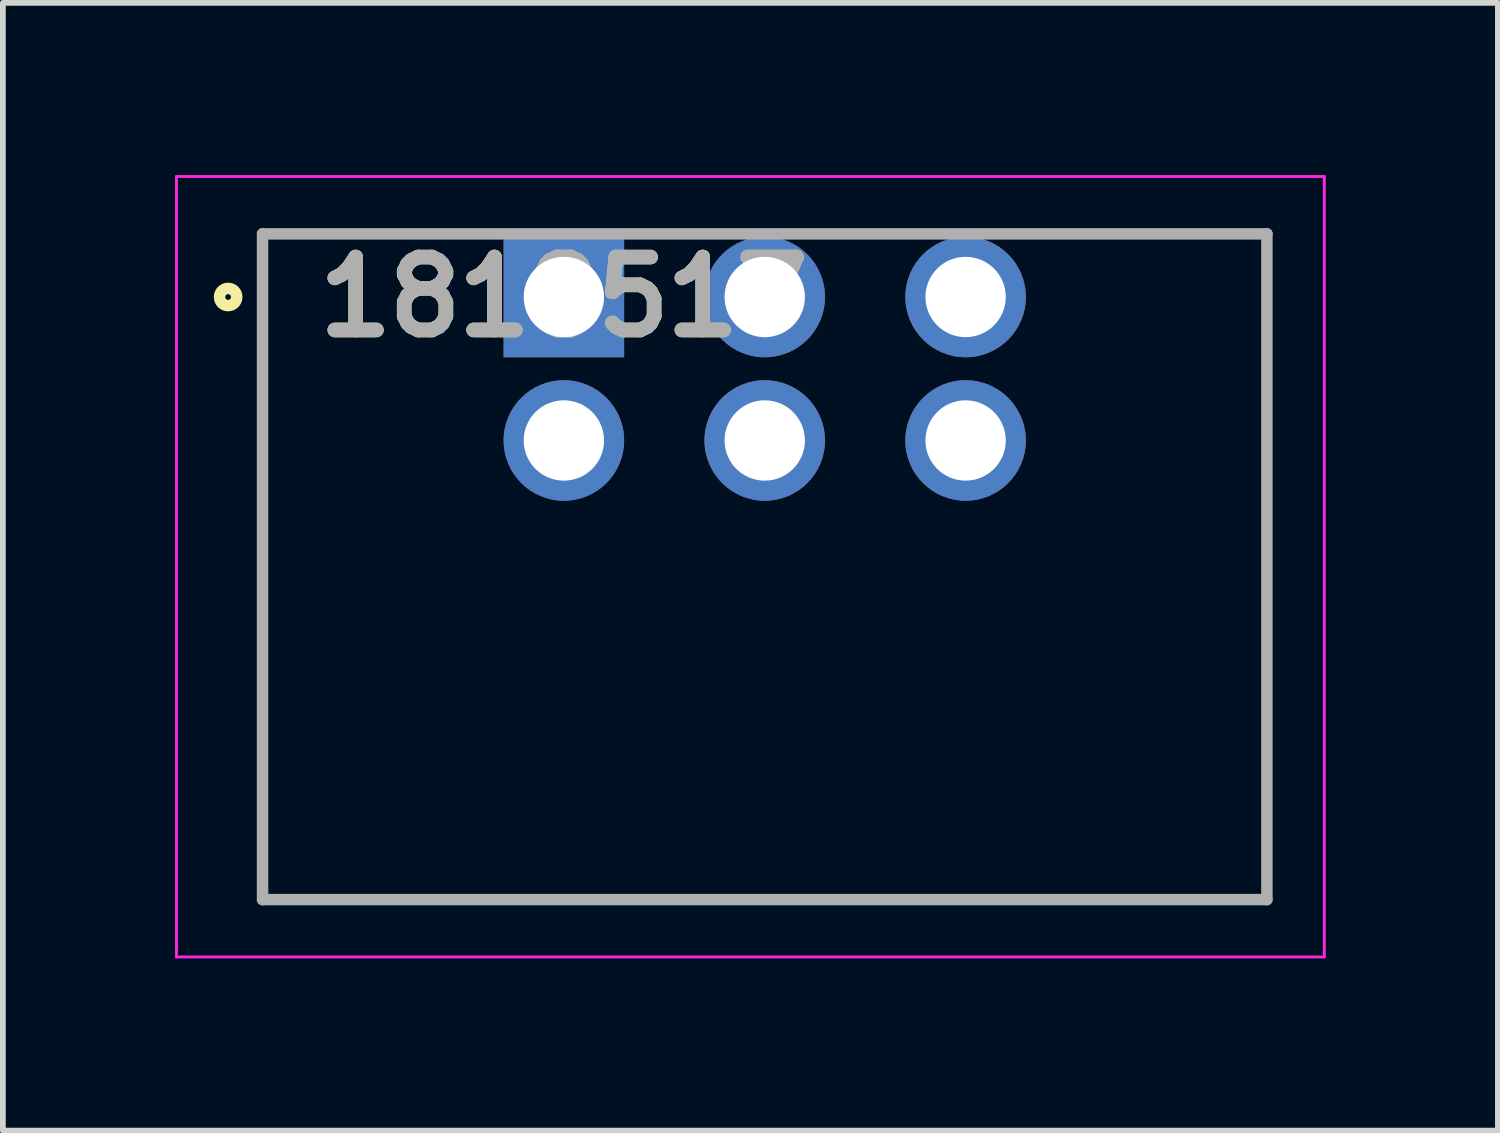
<source format=kicad_pcb>
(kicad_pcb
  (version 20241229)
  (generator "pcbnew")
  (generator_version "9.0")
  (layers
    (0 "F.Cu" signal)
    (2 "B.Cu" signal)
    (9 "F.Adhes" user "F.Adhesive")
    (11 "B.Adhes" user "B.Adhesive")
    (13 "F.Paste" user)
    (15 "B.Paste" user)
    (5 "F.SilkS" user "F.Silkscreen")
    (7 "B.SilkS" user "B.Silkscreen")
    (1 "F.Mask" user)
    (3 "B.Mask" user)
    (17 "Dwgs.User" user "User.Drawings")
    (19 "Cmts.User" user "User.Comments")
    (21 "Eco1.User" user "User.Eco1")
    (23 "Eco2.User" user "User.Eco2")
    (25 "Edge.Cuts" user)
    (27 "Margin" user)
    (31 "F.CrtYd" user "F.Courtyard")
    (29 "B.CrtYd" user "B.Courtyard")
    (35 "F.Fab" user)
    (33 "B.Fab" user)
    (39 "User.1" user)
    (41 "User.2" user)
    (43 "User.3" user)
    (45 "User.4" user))
  (footprint "1818517"
    (layer "F.Cu")
    (at 6.775 2.125)
    (property "Reference" "1818517" (at 0 0 0) (layer "F.SilkS") (effects (font (size 1.27 1.27) (thickness 0.254))))
    (attr through_hole)
    (fp_line (start -5.25 10.5) (end -5.25 -1.1) (stroke (width 0.1) (type solid)) (layer "F.SilkS"))
    (fp_line (start 12.25 -1.1) (end 12.25 10.5) (stroke (width 0.1) (type solid)) (layer "F.SilkS"))
    (fp_line (start 12.25 10.5) (end -5.25 10.5) (stroke (width 0.1) (type solid)) (layer "F.SilkS"))
    (fp_circle (center -5.85 0) (end -5.85 0.05) (stroke (width 0.2) (type solid)) (fill no) (layer "F.SilkS"))
    (fp_line (start -6.75 -2.1) (end 13.25 -2.1) (stroke (width 0.05) (type solid)) (layer "F.CrtYd"))
    (fp_line (start -6.75 11.5) (end -6.75 -2.1) (stroke (width 0.05) (type solid)) (layer "F.CrtYd"))
    (fp_line (start 13.25 -2.1) (end 13.25 11.5) (stroke (width 0.05) (type solid)) (layer "F.CrtYd"))
    (fp_line (start 13.25 11.5) (end -6.75 11.5) (stroke (width 0.05) (type solid)) (layer "F.CrtYd"))
    (fp_line (start -5.25 -1.1) (end 12.25 -1.1) (stroke (width 0.2) (type solid)) (layer "F.Fab"))
    (fp_line (start -5.25 10.5) (end -5.25 -1.1) (stroke (width 0.2) (type solid)) (layer "F.Fab"))
    (fp_line (start 12.25 -1.1) (end 12.25 10.5) (stroke (width 0.2) (type solid)) (layer "F.Fab"))
    (fp_line (start 12.25 10.5) (end -5.25 10.5) (stroke (width 0.2) (type solid)) (layer "F.Fab"))
    (fp_text user "${REFERENCE}" (at 0 0 0) (layer "F.Fab") (effects (font (size 1.27 1.27) (thickness 0.254))))
    (pad "1" thru_hole rect (at 0 0) (size 2.1 2.1) (drill 1.4) (layers "*.Cu" "*.Mask"))
    (pad "2" thru_hole circle (at 3.5 0) (size 2.1 2.1) (drill 1.4) (layers "*.Cu" "*.Mask"))
    (pad "3" thru_hole circle (at 7 0) (size 2.1 2.1) (drill 1.4) (layers "*.Cu" "*.Mask"))
    (pad "4" thru_hole circle (at 0 2.5) (size 2.1 2.1) (drill 1.4) (layers "*.Cu" "*.Mask"))
    (pad "5" thru_hole circle (at 3.5 2.5) (size 2.1 2.1) (drill 1.4) (layers "*.Cu" "*.Mask"))
    (pad "6" thru_hole circle (at 7 2.5) (size 2.1 2.1) (drill 1.4) (layers "*.Cu" "*.Mask")))
  (gr_rect
    (start -3 -3)
    (end 23.05 16.65)
    (stroke (width 0.1) (type default))
    (fill no)
    (layer "Edge.Cuts")))
</source>
